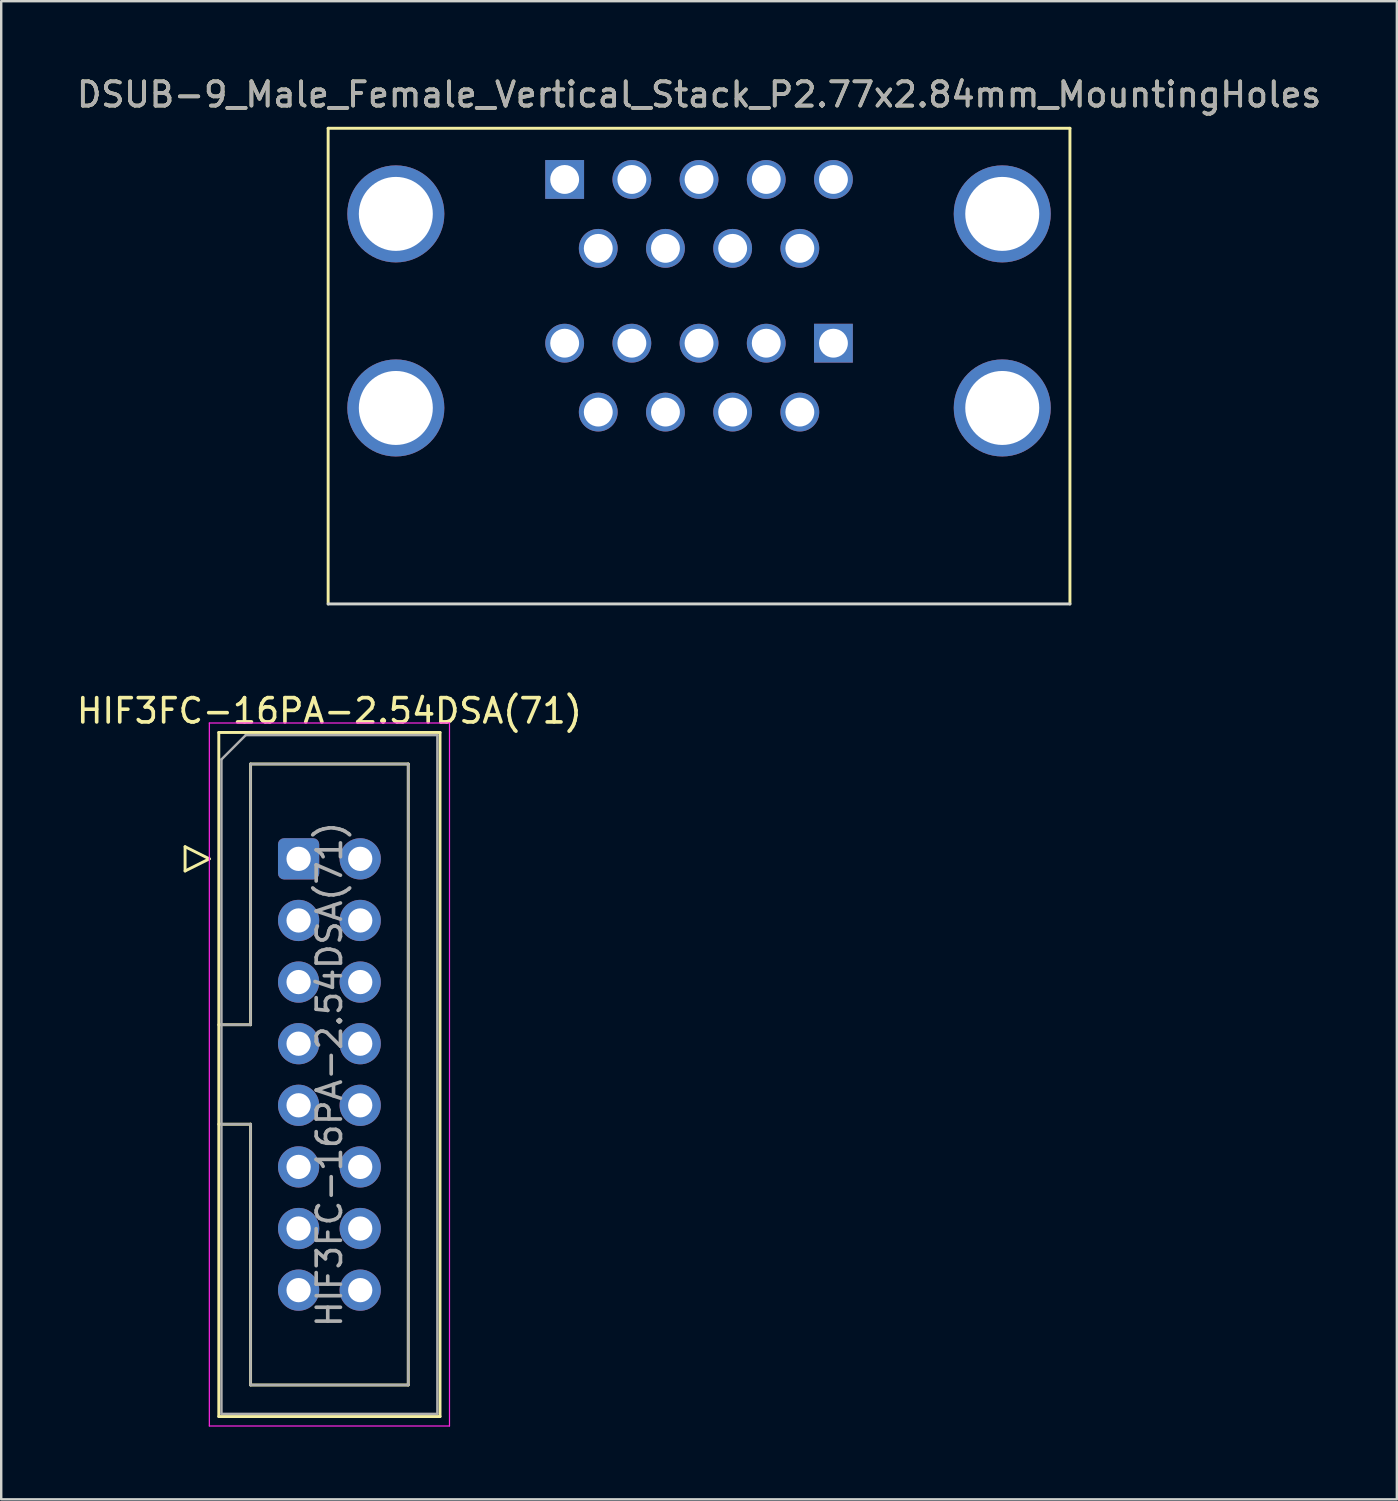
<source format=kicad_pcb>
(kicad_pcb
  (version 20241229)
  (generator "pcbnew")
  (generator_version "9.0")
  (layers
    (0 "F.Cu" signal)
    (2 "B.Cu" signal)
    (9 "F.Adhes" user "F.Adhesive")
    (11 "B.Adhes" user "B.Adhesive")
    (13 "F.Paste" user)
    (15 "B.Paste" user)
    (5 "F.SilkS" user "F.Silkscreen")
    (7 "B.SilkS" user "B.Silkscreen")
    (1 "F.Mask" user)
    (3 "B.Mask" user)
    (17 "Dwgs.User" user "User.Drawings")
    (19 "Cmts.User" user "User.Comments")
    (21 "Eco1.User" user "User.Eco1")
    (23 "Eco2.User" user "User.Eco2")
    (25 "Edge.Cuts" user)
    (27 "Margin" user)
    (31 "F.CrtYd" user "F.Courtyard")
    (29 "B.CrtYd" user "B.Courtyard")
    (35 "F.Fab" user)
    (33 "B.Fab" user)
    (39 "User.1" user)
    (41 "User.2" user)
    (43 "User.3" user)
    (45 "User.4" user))
  (footprint "DSUB-9_Male_Female_Vertical_Stack_P2.77x2.84mm_MountingHoles"
    (layer "F.Cu")
    (at 25.768 5.768)
    (property "Reference" "DSUB-9_Male_Female_Vertical_Stack_P2.77x2.84mm_MountingHoles" (at 0 -4.92 0) (layer "F.SilkS") (effects (font (size 1 1) (thickness 0.15))))
    (attr through_hole)
    (fp_line (start -15.29 -3.53) (end -15.29 16.08) (stroke (width 0.12) (type solid)) (layer "F.SilkS"))
    (fp_line (start 15.29 -3.53) (end -15.29 -3.53) (stroke (width 0.12) (type solid)) (layer "F.SilkS"))
    (fp_line (start 15.29 -3.53) (end 15.29 16.08) (stroke (width 0.12) (type solid)) (layer "F.SilkS"))
    (fp_line (start 15.29 16.08) (end -15.29 16.08) (stroke (width 0.12) (type solid)) (layer "Edge.Cuts"))
    (fp_rect (start 15.79 16.58) (end -15.71 -3.92) (stroke (width 0.12) (type solid)) (fill no) (layer "Margin"))
    (fp_text user "${REFERENCE}" (at 0 -4.92 0) (layer "F.Fab") (effects (font (size 1 1) (thickness 0.15))))
    (pad "0" thru_hole circle (at -12.5 0) (size 4 4) (drill 3.05) (layers "*.Cu" "*.Mask"))
    (pad "0" thru_hole circle (at -12.5 8) (size 4 4) (drill 3.05) (layers "*.Cu" "*.Mask"))
    (pad "0" thru_hole circle (at 12.5 0) (size 4 4) (drill 3.05) (layers "*.Cu" "*.Mask"))
    (pad "0" thru_hole circle (at 12.5 8) (size 4 4) (drill 3.05) (layers "*.Cu" "*.Mask"))
    (pad "1A" thru_hole rect (at -5.54 -1.42) (size 1.6 1.6) (drill 1.19) (layers "*.Cu" "*.Mask"))
    (pad "1B" thru_hole rect (at 5.54 5.33) (size 1.6 1.6) (drill 1.19) (layers "*.Cu" "*.Mask"))
    (pad "2A" thru_hole circle (at -2.77 -1.42) (size 1.6 1.6) (drill 1.19) (layers "*.Cu" "*.Mask"))
    (pad "2B" thru_hole circle (at 2.77 5.33) (size 1.6 1.6) (drill 1.19) (layers "*.Cu" "*.Mask"))
    (pad "3A" thru_hole circle (at 0 -1.42) (size 1.6 1.6) (drill 1.19) (layers "*.Cu" "*.Mask"))
    (pad "3B" thru_hole circle (at 0 5.33) (size 1.6 1.6) (drill 1.19) (layers "*.Cu" "*.Mask"))
    (pad "4A" thru_hole circle (at 2.77 -1.42) (size 1.6 1.6) (drill 1.19) (layers "*.Cu" "*.Mask"))
    (pad "4B" thru_hole circle (at -2.77 5.33) (size 1.6 1.6) (drill 1.19) (layers "*.Cu" "*.Mask"))
    (pad "5A" thru_hole circle (at 5.54 -1.42) (size 1.6 1.6) (drill 1.19) (layers "*.Cu" "*.Mask"))
    (pad "5B" thru_hole circle (at -5.54 5.33) (size 1.6 1.6) (drill 1.19) (layers "*.Cu" "*.Mask"))
    (pad "6A" thru_hole circle (at -4.155 1.42) (size 1.6 1.6) (drill 1.19) (layers "*.Cu" "*.Mask"))
    (pad "6B" thru_hole circle (at 4.155 8.17) (size 1.6 1.6) (drill 1.19) (layers "*.Cu" "*.Mask"))
    (pad "7A" thru_hole circle (at -1.385 1.42) (size 1.6 1.6) (drill 1.19) (layers "*.Cu" "*.Mask"))
    (pad "7B" thru_hole circle (at 1.385 8.17) (size 1.6 1.6) (drill 1.19) (layers "*.Cu" "*.Mask"))
    (pad "8A" thru_hole circle (at 1.385 1.42) (size 1.6 1.6) (drill 1.19) (layers "*.Cu" "*.Mask"))
    (pad "8B" thru_hole circle (at -1.385 8.17) (size 1.6 1.6) (drill 1.19) (layers "*.Cu" "*.Mask"))
    (pad "9A" thru_hole circle (at 4.155 1.42) (size 1.6 1.6) (drill 1.19) (layers "*.Cu" "*.Mask"))
    (pad "9B" thru_hole circle (at -4.155 8.17) (size 1.6 1.6) (drill 1.19) (layers "*.Cu" "*.Mask")))
  (footprint "HIF3FC-16PA-2.54DSA(71)"
    (layer "F.Cu")
    (at 9.26 32.356)
    (property "Reference" "HIF3FC-16PA-2.54DSA(71)" (at 1.27 -6.1 0) (layer "F.SilkS") (effects (font (size 1 1) (thickness 0.15))))
    (attr through_hole)
    (fp_line (start -4.68 -0.5) (end -4.68 0.5) (stroke (width 0.12) (type solid)) (layer "F.SilkS"))
    (fp_line (start -4.68 0.5) (end -3.68 0) (stroke (width 0.12) (type solid)) (layer "F.SilkS"))
    (fp_line (start -3.68 0) (end -4.68 -0.5) (stroke (width 0.12) (type solid)) (layer "F.SilkS"))
    (fp_line (start -3.29 -5.21) (end 5.83 -5.21) (stroke (width 0.12) (type solid)) (layer "F.SilkS"))
    (fp_line (start -3.29 6.84) (end -1.98 6.84) (stroke (width 0.12) (type solid)) (layer "F.SilkS"))
    (fp_line (start -3.29 22.99) (end -3.29 -5.21) (stroke (width 0.12) (type solid)) (layer "F.SilkS"))
    (fp_line (start -1.98 -3.91) (end 4.52 -3.91) (stroke (width 0.12) (type solid)) (layer "F.SilkS"))
    (fp_line (start -1.98 6.84) (end -1.98 -3.91) (stroke (width 0.12) (type solid)) (layer "F.SilkS"))
    (fp_line (start -1.98 10.94) (end -3.29 10.94) (stroke (width 0.12) (type solid)) (layer "F.SilkS"))
    (fp_line (start -1.98 10.94) (end -1.98 10.94) (stroke (width 0.12) (type solid)) (layer "F.SilkS"))
    (fp_line (start -1.98 21.69) (end -1.98 10.94) (stroke (width 0.12) (type solid)) (layer "F.SilkS"))
    (fp_line (start 4.52 -3.91) (end 4.52 21.69) (stroke (width 0.12) (type solid)) (layer "F.SilkS"))
    (fp_line (start 4.52 21.69) (end -1.98 21.69) (stroke (width 0.12) (type solid)) (layer "F.SilkS"))
    (fp_line (start 5.83 -5.21) (end 5.83 22.99) (stroke (width 0.12) (type solid)) (layer "F.SilkS"))
    (fp_line (start 5.83 22.99) (end -3.29 22.99) (stroke (width 0.12) (type solid)) (layer "F.SilkS"))
    (fp_line (start -3.68 -5.6) (end -3.68 23.38) (stroke (width 0.05) (type solid)) (layer "F.CrtYd"))
    (fp_line (start -3.68 23.38) (end 6.22 23.38) (stroke (width 0.05) (type solid)) (layer "F.CrtYd"))
    (fp_line (start 6.22 -5.6) (end -3.68 -5.6) (stroke (width 0.05) (type solid)) (layer "F.CrtYd"))
    (fp_line (start 6.22 23.38) (end 6.22 -5.6) (stroke (width 0.05) (type solid)) (layer "F.CrtYd"))
    (fp_line (start -3.18 -4.1) (end -2.18 -5.1) (stroke (width 0.1) (type solid)) (layer "F.Fab"))
    (fp_line (start -3.18 6.84) (end -1.98 6.84) (stroke (width 0.1) (type solid)) (layer "F.Fab"))
    (fp_line (start -3.18 22.88) (end -3.18 -4.1) (stroke (width 0.1) (type solid)) (layer "F.Fab"))
    (fp_line (start -2.18 -5.1) (end 5.72 -5.1) (stroke (width 0.1) (type solid)) (layer "F.Fab"))
    (fp_line (start -1.98 -3.91) (end 4.52 -3.91) (stroke (width 0.1) (type solid)) (layer "F.Fab"))
    (fp_line (start -1.98 6.84) (end -1.98 -3.91) (stroke (width 0.1) (type solid)) (layer "F.Fab"))
    (fp_line (start -1.98 10.94) (end -3.18 10.94) (stroke (width 0.1) (type solid)) (layer "F.Fab"))
    (fp_line (start -1.98 10.94) (end -1.98 10.94) (stroke (width 0.1) (type solid)) (layer "F.Fab"))
    (fp_line (start -1.98 21.69) (end -1.98 10.94) (stroke (width 0.1) (type solid)) (layer "F.Fab"))
    (fp_line (start 4.52 -3.91) (end 4.52 21.69) (stroke (width 0.1) (type solid)) (layer "F.Fab"))
    (fp_line (start 4.52 21.69) (end -1.98 21.69) (stroke (width 0.1) (type solid)) (layer "F.Fab"))
    (fp_line (start 5.72 -5.1) (end 5.72 22.88) (stroke (width 0.1) (type solid)) (layer "F.Fab"))
    (fp_line (start 5.72 22.88) (end -3.18 22.88) (stroke (width 0.1) (type solid)) (layer "F.Fab"))
    (fp_text user "${REFERENCE}" (at 1.27 8.89 90) (layer "F.Fab") (effects (font (size 1 1) (thickness 0.15))))
    (pad "1" thru_hole roundrect (at 0 0) (size 1.7 1.7) (drill 1) (layers "*.Cu" "*.Mask") (roundrect_rratio 0.147))
    (pad "2" thru_hole circle (at 2.54 0) (size 1.7 1.7) (drill 1) (layers "*.Cu" "*.Mask"))
    (pad "3" thru_hole circle (at 0 2.54) (size 1.7 1.7) (drill 1) (layers "*.Cu" "*.Mask"))
    (pad "4" thru_hole circle (at 2.54 2.54) (size 1.7 1.7) (drill 1) (layers "*.Cu" "*.Mask"))
    (pad "5" thru_hole circle (at 0 5.08) (size 1.7 1.7) (drill 1) (layers "*.Cu" "*.Mask"))
    (pad "6" thru_hole circle (at 2.54 5.08) (size 1.7 1.7) (drill 1) (layers "*.Cu" "*.Mask"))
    (pad "7" thru_hole circle (at 0 7.62) (size 1.7 1.7) (drill 1) (layers "*.Cu" "*.Mask"))
    (pad "8" thru_hole circle (at 2.54 7.62) (size 1.7 1.7) (drill 1) (layers "*.Cu" "*.Mask"))
    (pad "9" thru_hole circle (at 0 10.16) (size 1.7 1.7) (drill 1) (layers "*.Cu" "*.Mask"))
    (pad "10" thru_hole circle (at 2.54 10.16) (size 1.7 1.7) (drill 1) (layers "*.Cu" "*.Mask"))
    (pad "11" thru_hole circle (at 0 12.7) (size 1.7 1.7) (drill 1) (layers "*.Cu" "*.Mask"))
    (pad "12" thru_hole circle (at 2.54 12.7) (size 1.7 1.7) (drill 1) (layers "*.Cu" "*.Mask"))
    (pad "13" thru_hole circle (at 0 15.24) (size 1.7 1.7) (drill 1) (layers "*.Cu" "*.Mask"))
    (pad "14" thru_hole circle (at 2.54 15.24) (size 1.7 1.7) (drill 1) (layers "*.Cu" "*.Mask"))
    (pad "15" thru_hole circle (at 0 17.78) (size 1.7 1.7) (drill 1) (layers "*.Cu" "*.Mask"))
    (pad "16" thru_hole circle (at 2.54 17.78) (size 1.7 1.7) (drill 1) (layers "*.Cu" "*.Mask")))
  (gr_rect
    (start -3 -3)
    (end 54.536 58.761)
    (stroke (width 0.1) (type default))
    (fill no)
    (layer "Edge.Cuts")))
</source>
